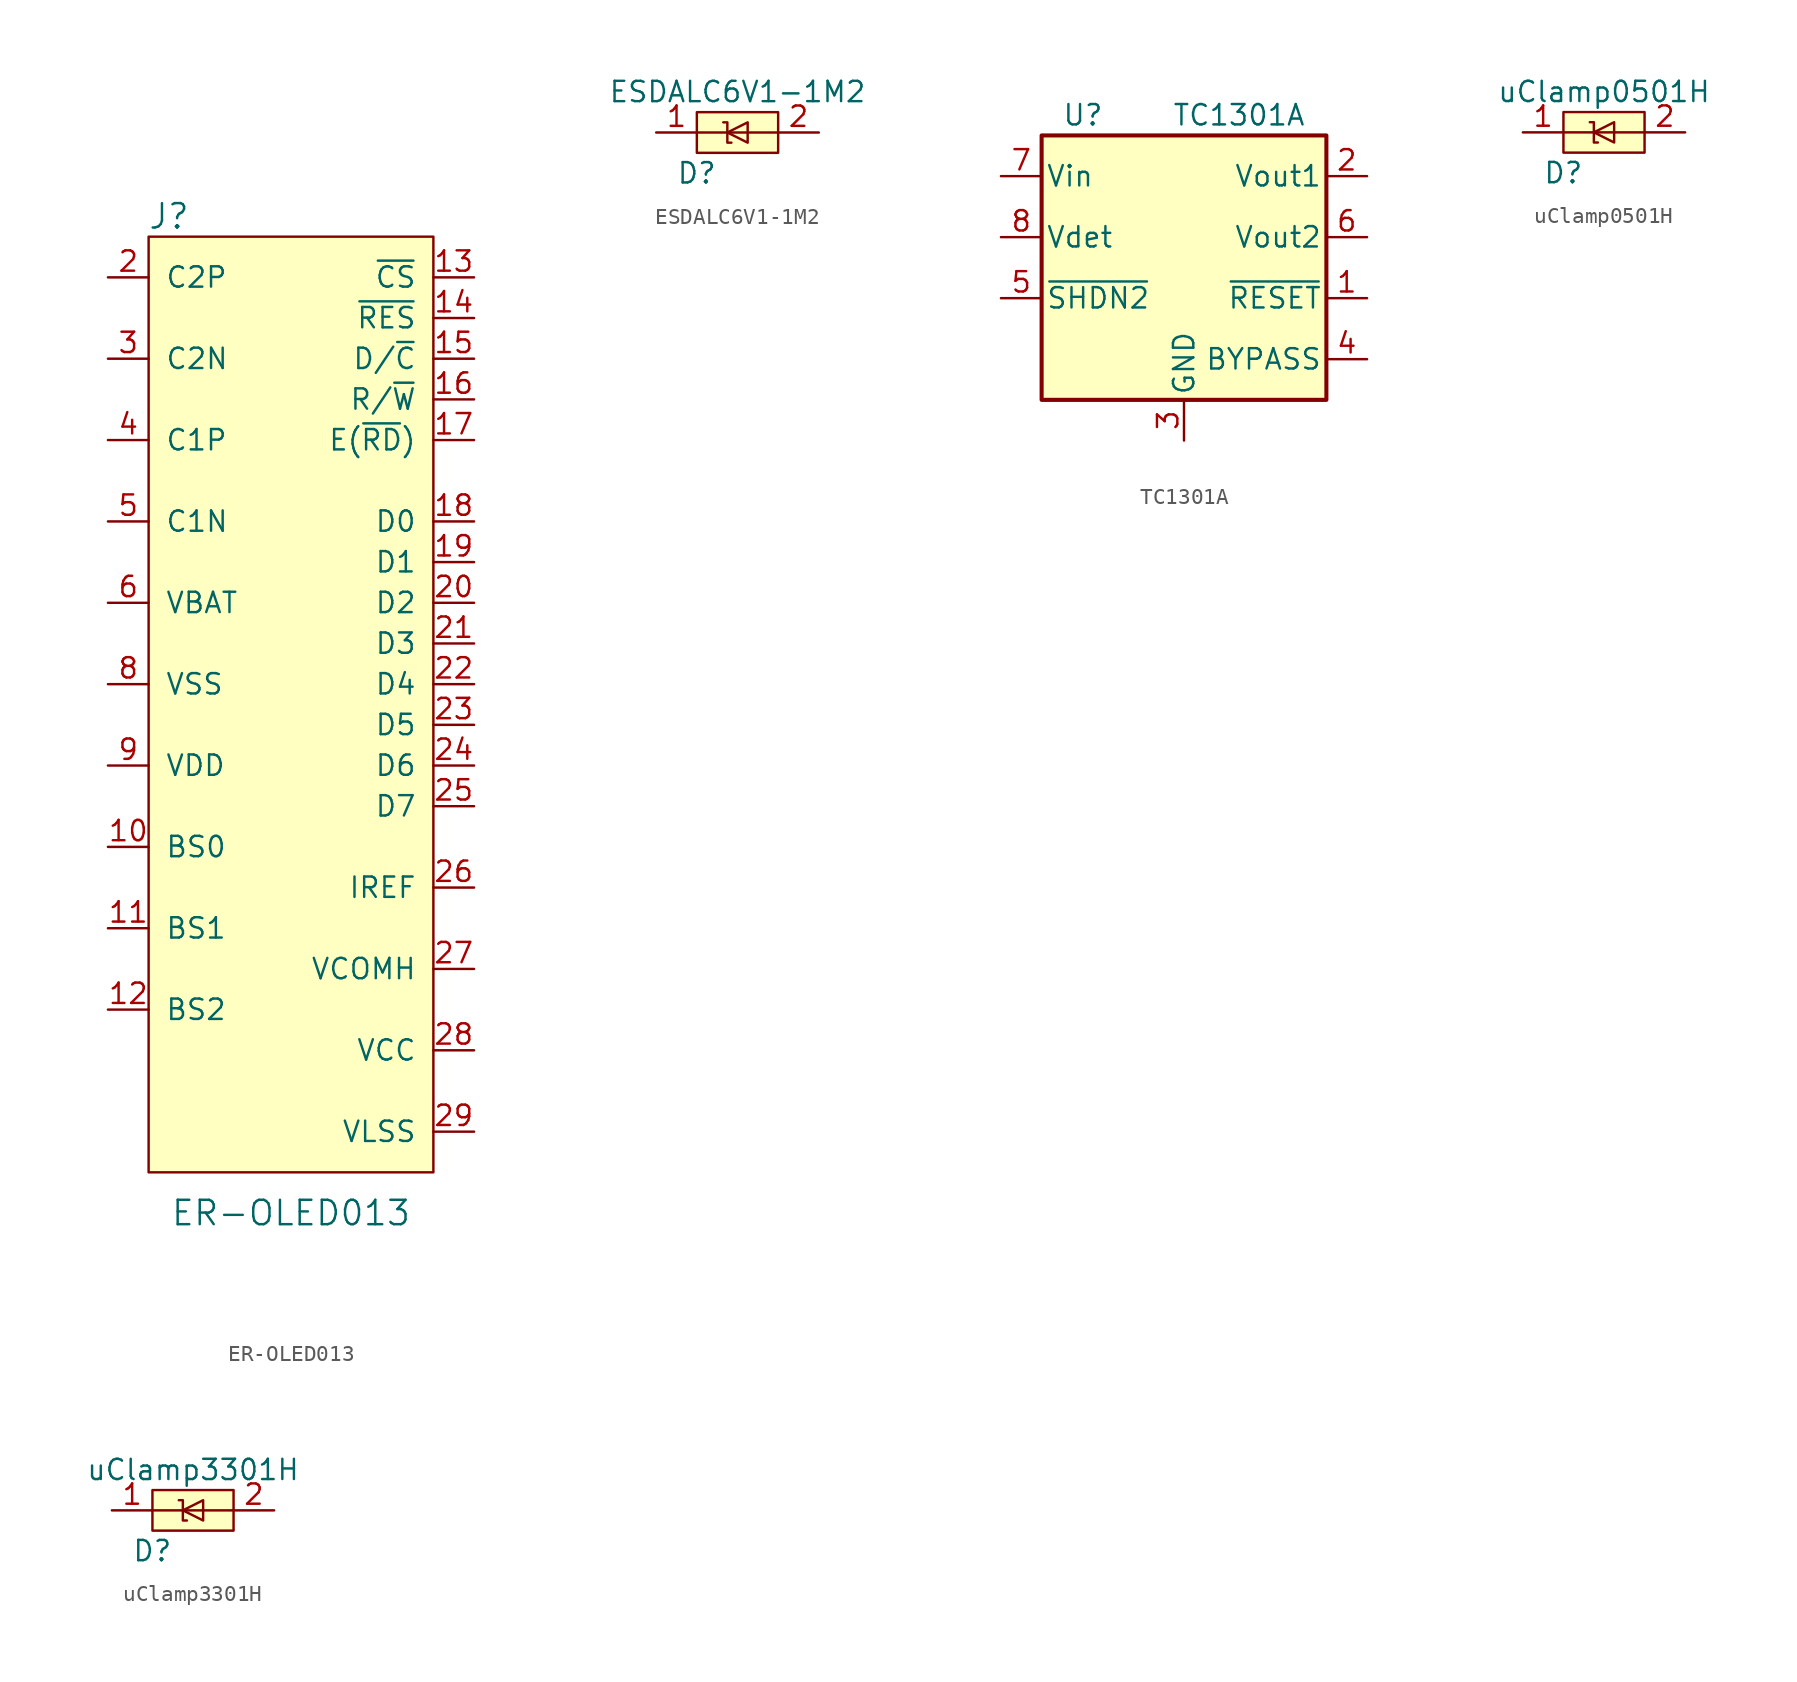
<source format=kicad_sym>
(kicad_symbol_lib
  (version 20211014)
  (generator kicad_symbol_editor)
  (symbol "ER-OLED013"
    (pin_names
      (offset 1.016))
    (property "Reference" "J"
      (at -7.62 30.48 0)
      (effects (font (size 1.524 1.524))))
    (property "Value" "ER-OLED013"
      (at 0 -31.75 0)
      (effects (font (size 1.524 1.524))))
    (property "Datasheet" ""
      (at 7.62 33.02 0)
      (effects (font (size 1.524 1.524))))
    (symbol "ER-OLED013_0_1"
      (rectangle (start -8.89 29.21) (end 8.89 -29.21) (stroke (width 0) (type default) (color 0 0 0 0)) (fill (type background))))
    (symbol "ER-OLED013_1_1"
      (pin no_connect line (at -11.43 -21.59 0) (length 2.54) hide (name "NC" (effects (font (size 1.27 1.27)))) (number "1" (effects (font (size 1.27 1.27)))))
      (pin input line (at -11.43 -8.89 0) (length 2.54) (name "BS0" (effects (font (size 1.27 1.27)))) (number "10" (effects (font (size 1.27 1.27)))))
      (pin input line (at -11.43 -13.97 0) (length 2.54) (name "BS1" (effects (font (size 1.27 1.27)))) (number "11" (effects (font (size 1.27 1.27)))))
      (pin input line (at -11.43 -19.05 0) (length 2.54) (name "BS2" (effects (font (size 1.27 1.27)))) (number "12" (effects (font (size 1.27 1.27)))))
      (pin input line (at 11.43 26.67 180) (length 2.54) (name "~{CS}" (effects (font (size 1.27 1.27)))) (number "13" (effects (font (size 1.27 1.27)))))
      (pin input line (at 11.43 24.13 180) (length 2.54) (name "~{RES}" (effects (font (size 1.27 1.27)))) (number "14" (effects (font (size 1.27 1.27)))))
      (pin input line (at 11.43 21.59 180) (length 2.54) (name "D/~{C}" (effects (font (size 1.27 1.27)))) (number "15" (effects (font (size 1.27 1.27)))))
      (pin input line (at 11.43 19.05 180) (length 2.54) (name "R/~{W}" (effects (font (size 1.27 1.27)))) (number "16" (effects (font (size 1.27 1.27)))))
      (pin input line (at 11.43 16.51 180) (length 2.54) (name "E(~{RD})" (effects (font (size 1.27 1.27)))) (number "17" (effects (font (size 1.27 1.27)))))
      (pin passive line (at 11.43 11.43 180) (length 2.54) (name "D0" (effects (font (size 1.27 1.27)))) (number "18" (effects (font (size 1.27 1.27)))))
      (pin passive line (at 11.43 8.89 180) (length 2.54) (name "D1" (effects (font (size 1.27 1.27)))) (number "19" (effects (font (size 1.27 1.27)))))
      (pin input line (at -11.43 26.67 0) (length 2.54) (name "C2P" (effects (font (size 1.27 1.27)))) (number "2" (effects (font (size 1.27 1.27)))))
      (pin passive line (at 11.43 6.35 180) (length 2.54) (name "D2" (effects (font (size 1.27 1.27)))) (number "20" (effects (font (size 1.27 1.27)))))
      (pin passive line (at 11.43 3.81 180) (length 2.54) (name "D3" (effects (font (size 1.27 1.27)))) (number "21" (effects (font (size 1.27 1.27)))))
      (pin passive line (at 11.43 1.27 180) (length 2.54) (name "D4" (effects (font (size 1.27 1.27)))) (number "22" (effects (font (size 1.27 1.27)))))
      (pin passive line (at 11.43 -1.27 180) (length 2.54) (name "D5" (effects (font (size 1.27 1.27)))) (number "23" (effects (font (size 1.27 1.27)))))
      (pin passive line (at 11.43 -3.81 180) (length 2.54) (name "D6" (effects (font (size 1.27 1.27)))) (number "24" (effects (font (size 1.27 1.27)))))
      (pin passive line (at 11.43 -6.35 180) (length 2.54) (name "D7" (effects (font (size 1.27 1.27)))) (number "25" (effects (font (size 1.27 1.27)))))
      (pin input line (at 11.43 -11.43 180) (length 2.54) (name "IREF" (effects (font (size 1.27 1.27)))) (number "26" (effects (font (size 1.27 1.27)))))
      (pin output line (at 11.43 -16.51 180) (length 2.54) (name "VCOMH" (effects (font (size 1.27 1.27)))) (number "27" (effects (font (size 1.27 1.27)))))
      (pin power_in line (at 11.43 -21.59 180) (length 2.54) (name "VCC" (effects (font (size 1.27 1.27)))) (number "28" (effects (font (size 1.27 1.27)))))
      (pin power_in line (at 11.43 -26.67 180) (length 2.54) (name "VLSS" (effects (font (size 1.27 1.27)))) (number "29" (effects (font (size 1.27 1.27)))))
      (pin input line (at -11.43 21.59 0) (length 2.54) (name "C2N" (effects (font (size 1.27 1.27)))) (number "3" (effects (font (size 1.27 1.27)))))
      (pin no_connect line (at -11.43 -26.67 0) (length 2.54) hide (name "NC" (effects (font (size 1.27 1.27)))) (number "30" (effects (font (size 1.27 1.27)))))
      (pin input line (at -11.43 16.51 0) (length 2.54) (name "C1P" (effects (font (size 1.27 1.27)))) (number "4" (effects (font (size 1.27 1.27)))))
      (pin input line (at -11.43 11.43 0) (length 2.54) (name "C1N" (effects (font (size 1.27 1.27)))) (number "5" (effects (font (size 1.27 1.27)))))
      (pin power_in line (at -11.43 6.35 0) (length 2.54) (name "VBAT" (effects (font (size 1.27 1.27)))) (number "6" (effects (font (size 1.27 1.27)))))
      (pin no_connect line (at -11.43 -24.13 0) (length 2.54) hide (name "NC" (effects (font (size 1.27 1.27)))) (number "7" (effects (font (size 1.27 1.27)))))
      (pin power_in line (at -11.43 1.27 0) (length 2.54) (name "VSS" (effects (font (size 1.27 1.27)))) (number "8" (effects (font (size 1.27 1.27)))))
      (pin power_in line (at -11.43 -3.81 0) (length 2.54) (name "VDD" (effects (font (size 1.27 1.27)))) (number "9" (effects (font (size 1.27 1.27)))))))
  (symbol "ESDALC6V1-1M2"
    (pin_names hide)
    (property "Reference" "D"
      (at -1.27 -2.54 0)
      (effects (font (size 1.27 1.27)) (justify right)))
    (property "Value" "ESDALC6V1-1M2"
      (at 0 2.54 0)
      (effects (font (size 1.27 1.27))))
    (symbol "ESDALC6V1-1M2_0_0"
      (pin passive line (at 5.08 0 180) (length 2.54) (name "GND" (effects (font (size 1.27 1.27)))) (number "2" (effects (font (size 1.27 1.27))))))
    (symbol "ESDALC6V1-1M2_0_1"
      (rectangle (start -2.54 1.27) (end 2.54 -1.27) (stroke (width 0) (type default) (color 0 0 0 0)) (fill (type background)))
      (polyline (pts (xy 2.54 0) (xy -2.54 0)) (stroke (width 0) (type default) (color 0 0 0 0)) (fill (type none)))
      (polyline (pts (xy -0.889 0.635) (xy -0.635 0.635) (xy -0.635 -0.635) (xy -0.381 -0.635)) (stroke (width 0) (type default) (color 0 0 0 0)) (fill (type none)))
      (polyline (pts (xy 0.635 -0.635) (xy 0.635 0.635) (xy -0.635 0) (xy 0.635 -0.635)) (stroke (width 0) (type default) (color 0 0 0 0)) (fill (type none))))
    (symbol "ESDALC6V1-1M2_1_1"
      (pin passive line (at -5.08 0 0) (length 2.54) (name "IO1" (effects (font (size 1.27 1.27)))) (number "1" (effects (font (size 1.27 1.27)))))))
  (symbol "TC1301A"
    (pin_names
      (offset 0.254))
    (property "Reference" "U"
      (at -7.62 8.89 0)
      (effects (font (size 1.27 1.27)) (justify left)))
    (property "Value" "TC1301A"
      (at 7.62 8.89 0)
      (effects (font (size 1.27 1.27)) (justify right)))
    (symbol "TC1301A_0_1"
      (rectangle (start -8.89 7.62) (end 8.89 -8.89) (stroke (width 0.254) (type default) (color 0 0 0 0)) (fill (type background))))
    (symbol "TC1301A_1_1"
      (pin output line (at 11.43 -2.54 180) (length 2.54) (name "~{RESET}" (effects (font (size 1.27 1.27)))) (number "1" (effects (font (size 1.27 1.27)))))
      (pin power_out line (at 11.43 5.08 180) (length 2.54) (name "Vout1" (effects (font (size 1.27 1.27)))) (number "2" (effects (font (size 1.27 1.27)))))
      (pin power_in line (at 0 -11.43 90) (length 2.54) (name "GND" (effects (font (size 1.27 1.27)))) (number "3" (effects (font (size 1.27 1.27)))))
      (pin input line (at 11.43 -6.35 180) (length 2.54) (name "BYPASS" (effects (font (size 1.27 1.27)))) (number "4" (effects (font (size 1.27 1.27)))))
      (pin input line (at -11.43 -2.54 0) (length 2.54) (name "~{SHDN2}" (effects (font (size 1.27 1.27)))) (number "5" (effects (font (size 1.27 1.27)))))
      (pin power_out line (at 11.43 1.27 180) (length 2.54) (name "Vout2" (effects (font (size 1.27 1.27)))) (number "6" (effects (font (size 1.27 1.27)))))
      (pin power_in line (at -11.43 5.08 0) (length 2.54) (name "Vin" (effects (font (size 1.27 1.27)))) (number "7" (effects (font (size 1.27 1.27)))))
      (pin input line (at -11.43 1.27 0) (length 2.54) (name "Vdet" (effects (font (size 1.27 1.27)))) (number "8" (effects (font (size 1.27 1.27)))))))
  (symbol "uClamp0501H"
    (pin_names hide)
    (property "Reference" "D"
      (at -1.27 -2.54 0)
      (effects (font (size 1.27 1.27)) (justify right)))
    (property "Value" "uClamp0501H"
      (at 0 2.54 0)
      (effects (font (size 1.27 1.27))))
    (symbol "uClamp0501H_0_0"
      (pin passive line (at 5.08 0 180) (length 2.54) (name "GND" (effects (font (size 1.27 1.27)))) (number "2" (effects (font (size 1.27 1.27))))))
    (symbol "uClamp0501H_0_1"
      (rectangle (start -2.54 1.27) (end 2.54 -1.27) (stroke (width 0) (type default) (color 0 0 0 0)) (fill (type background)))
      (polyline (pts (xy 2.54 0) (xy -2.54 0)) (stroke (width 0) (type default) (color 0 0 0 0)) (fill (type none)))
      (polyline (pts (xy -0.889 0.635) (xy -0.635 0.635) (xy -0.635 -0.635) (xy -0.381 -0.635)) (stroke (width 0) (type default) (color 0 0 0 0)) (fill (type none)))
      (polyline (pts (xy 0.635 -0.635) (xy 0.635 0.635) (xy -0.635 0) (xy 0.635 -0.635)) (stroke (width 0) (type default) (color 0 0 0 0)) (fill (type none))))
    (symbol "uClamp0501H_1_1"
      (pin passive line (at -5.08 0 0) (length 2.54) (name "IO1" (effects (font (size 1.27 1.27)))) (number "1" (effects (font (size 1.27 1.27)))))))
  (symbol "uClamp3301H"
    (pin_names hide)
    (property "Reference" "D"
      (at -1.27 -2.54 0)
      (effects (font (size 1.27 1.27)) (justify right)))
    (property "Value" "uClamp3301H"
      (at 0 2.54 0)
      (effects (font (size 1.27 1.27))))
    (symbol "uClamp3301H_0_0"
      (pin passive line (at 5.08 0 180) (length 2.54) (name "GND" (effects (font (size 1.27 1.27)))) (number "2" (effects (font (size 1.27 1.27))))))
    (symbol "uClamp3301H_0_1"
      (rectangle (start -2.54 1.27) (end 2.54 -1.27) (stroke (width 0) (type default) (color 0 0 0 0)) (fill (type background)))
      (polyline (pts (xy 2.54 0) (xy -2.54 0)) (stroke (width 0) (type default) (color 0 0 0 0)) (fill (type none)))
      (polyline (pts (xy -0.889 0.635) (xy -0.635 0.635) (xy -0.635 -0.635) (xy -0.381 -0.635)) (stroke (width 0) (type default) (color 0 0 0 0)) (fill (type none)))
      (polyline (pts (xy 0.635 -0.635) (xy 0.635 0.635) (xy -0.635 0) (xy 0.635 -0.635)) (stroke (width 0) (type default) (color 0 0 0 0)) (fill (type none))))
    (symbol "uClamp3301H_1_1"
      (pin passive line (at -5.08 0 0) (length 2.54) (name "IO1" (effects (font (size 1.27 1.27)))) (number "1" (effects (font (size 1.27 1.27))))))))
</source>
